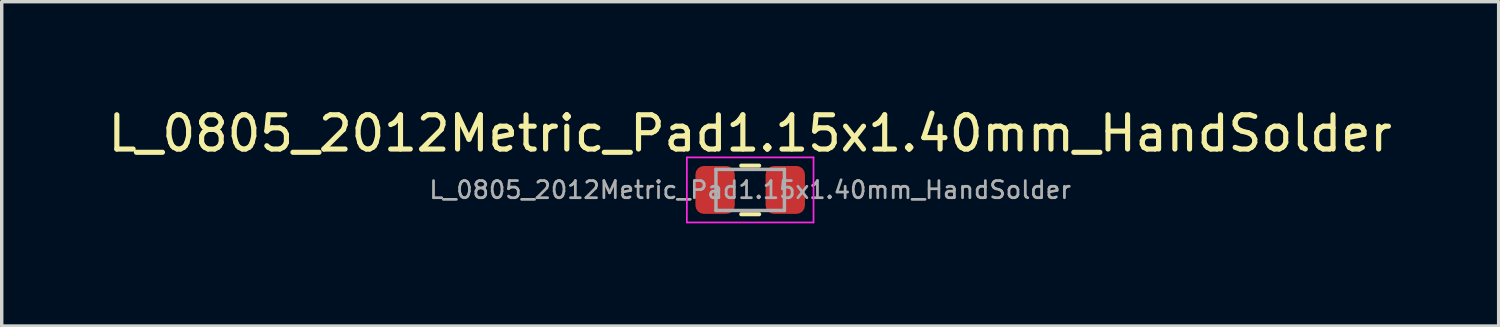
<source format=kicad_pcb>
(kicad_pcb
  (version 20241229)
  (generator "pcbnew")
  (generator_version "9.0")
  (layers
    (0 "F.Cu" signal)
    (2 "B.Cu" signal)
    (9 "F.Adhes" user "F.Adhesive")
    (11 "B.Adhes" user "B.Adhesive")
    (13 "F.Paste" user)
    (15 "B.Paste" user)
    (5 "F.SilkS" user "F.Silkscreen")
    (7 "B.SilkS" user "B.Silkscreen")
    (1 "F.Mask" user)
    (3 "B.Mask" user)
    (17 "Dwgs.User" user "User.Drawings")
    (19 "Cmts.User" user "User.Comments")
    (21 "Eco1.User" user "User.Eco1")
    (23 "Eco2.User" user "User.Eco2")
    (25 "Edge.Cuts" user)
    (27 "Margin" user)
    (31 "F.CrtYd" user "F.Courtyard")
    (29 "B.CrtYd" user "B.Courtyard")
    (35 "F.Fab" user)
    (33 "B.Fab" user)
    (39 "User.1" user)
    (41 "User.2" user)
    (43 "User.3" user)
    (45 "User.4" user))
  (footprint "L_0805_2012Metric_Pad1.15x1.40mm_HandSolder"
    (layer "F.Cu")
    (at 18.863 2.498)
    (property "Reference" "L_0805_2012Metric_Pad1.15x1.40mm_HandSolder" (at 0 -1.65 0) (layer "F.SilkS") (effects (font (size 1 1) (thickness 0.15))))
    (attr smd)
    (fp_line (start -0.261 -0.71) (end 0.261 -0.71) (stroke (width 0.12) (type solid)) (layer "F.SilkS"))
    (fp_line (start -0.261 0.71) (end 0.261 0.71) (stroke (width 0.12) (type solid)) (layer "F.SilkS"))
    (fp_line (start -1.85 -0.95) (end 1.85 -0.95) (stroke (width 0.05) (type solid)) (layer "F.CrtYd"))
    (fp_line (start -1.85 0.95) (end -1.85 -0.95) (stroke (width 0.05) (type solid)) (layer "F.CrtYd"))
    (fp_line (start 1.85 -0.95) (end 1.85 0.95) (stroke (width 0.05) (type solid)) (layer "F.CrtYd"))
    (fp_line (start 1.85 0.95) (end -1.85 0.95) (stroke (width 0.05) (type solid)) (layer "F.CrtYd"))
    (fp_line (start -1 -0.6) (end 1 -0.6) (stroke (width 0.1) (type solid)) (layer "F.Fab"))
    (fp_line (start -1 0.6) (end -1 -0.6) (stroke (width 0.1) (type solid)) (layer "F.Fab"))
    (fp_line (start 1 -0.6) (end 1 0.6) (stroke (width 0.1) (type solid)) (layer "F.Fab"))
    (fp_line (start 1 0.6) (end -1 0.6) (stroke (width 0.1) (type solid)) (layer "F.Fab"))
    (fp_text user "${REFERENCE}" (at 0 0 0) (layer "F.Fab") (effects (font (size 0.5 0.5) (thickness 0.08))))
    (pad "1" smd roundrect (at -1.025 0) (size 1.15 1.4) (layers "F.Cu" "F.Mask" "F.Paste") (roundrect_rratio 0.217))
    (pad "2" smd roundrect (at 1.025 0) (size 1.15 1.4) (layers "F.Cu" "F.Mask" "F.Paste") (roundrect_rratio 0.217)))
  (gr_rect
    (start -3 -3)
    (end 40.726 6.473)
    (stroke (width 0.1) (type default))
    (fill no)
    (layer "Edge.Cuts")))
</source>
